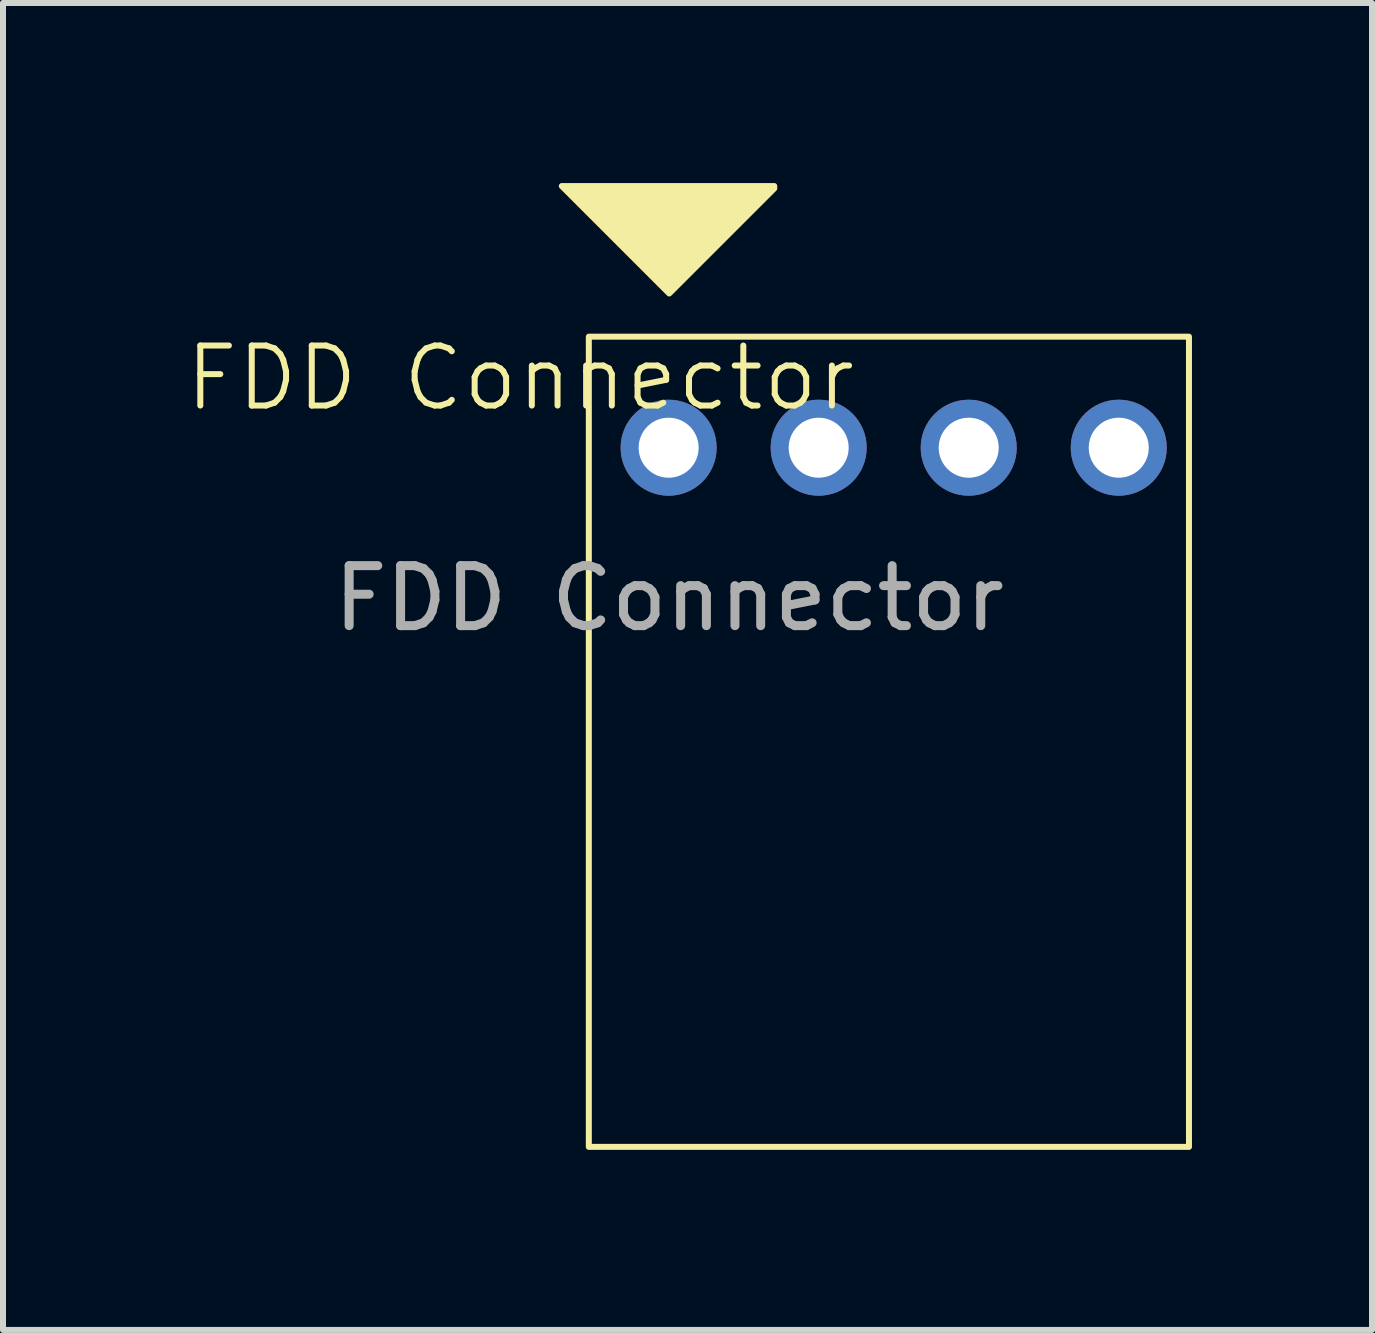
<source format=kicad_pcb>
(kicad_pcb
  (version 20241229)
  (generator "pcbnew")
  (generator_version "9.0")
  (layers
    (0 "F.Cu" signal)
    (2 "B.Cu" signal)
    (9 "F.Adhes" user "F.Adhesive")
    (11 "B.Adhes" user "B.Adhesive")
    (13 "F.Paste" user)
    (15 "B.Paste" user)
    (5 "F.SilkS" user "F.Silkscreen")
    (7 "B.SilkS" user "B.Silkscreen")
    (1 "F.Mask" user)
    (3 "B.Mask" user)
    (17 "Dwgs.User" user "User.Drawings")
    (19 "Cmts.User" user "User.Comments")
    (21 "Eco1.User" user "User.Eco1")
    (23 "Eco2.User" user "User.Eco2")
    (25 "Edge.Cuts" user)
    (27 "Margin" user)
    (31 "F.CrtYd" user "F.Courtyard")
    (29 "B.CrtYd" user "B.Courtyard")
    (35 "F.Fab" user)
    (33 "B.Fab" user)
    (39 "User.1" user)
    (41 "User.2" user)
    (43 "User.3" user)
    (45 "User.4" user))
  (footprint "FDD Connector"
    (layer "F.Cu")
    (at 8.101 4.42)
    (property "Reference" "FDD Connector" (at -2.48 -1.17 0) (unlocked yes) (layer "F.SilkS") (effects (font (size 1 1) (thickness 0.1))))
    (attr smd)
    (fp_rect (start -1.34 -1.86) (end 8.66 11.64) (stroke (width 0.1) (type default)) (fill no) (layer "F.SilkS"))
    (fp_poly (pts (xy 0 -2.58) (xy -1.79 -4.37) (xy 1.75 -4.37) (xy 1.75 -4.33)) (stroke (width 0.1) (type solid)) (fill yes) (layer "F.SilkS"))
    (fp_text user "${REFERENCE}" (at 0 2.5 0) (unlocked yes) (layer "F.Fab") (effects (font (size 1 1) (thickness 0.15))))
    (pad "1" thru_hole circle (at -0.01 -0.01) (size 1.6 1.6) (drill 1) (layers "*.Cu" "*.Mask"))
    (pad "2" thru_hole circle (at 2.49 -0.01) (size 1.6 1.6) (drill 1) (layers "*.Cu" "*.Mask"))
    (pad "3" thru_hole circle (at 4.99 -0.01) (size 1.6 1.6) (drill 1) (layers "*.Cu" "*.Mask"))
    (pad "4" thru_hole circle (at 7.49 -0.01) (size 1.6 1.6) (drill 1) (layers "*.Cu" "*.Mask")))
  (gr_rect
    (start -3 -3)
    (end 19.811 19.11)
    (stroke (width 0.1) (type default))
    (fill no)
    (layer "Edge.Cuts")))
</source>
